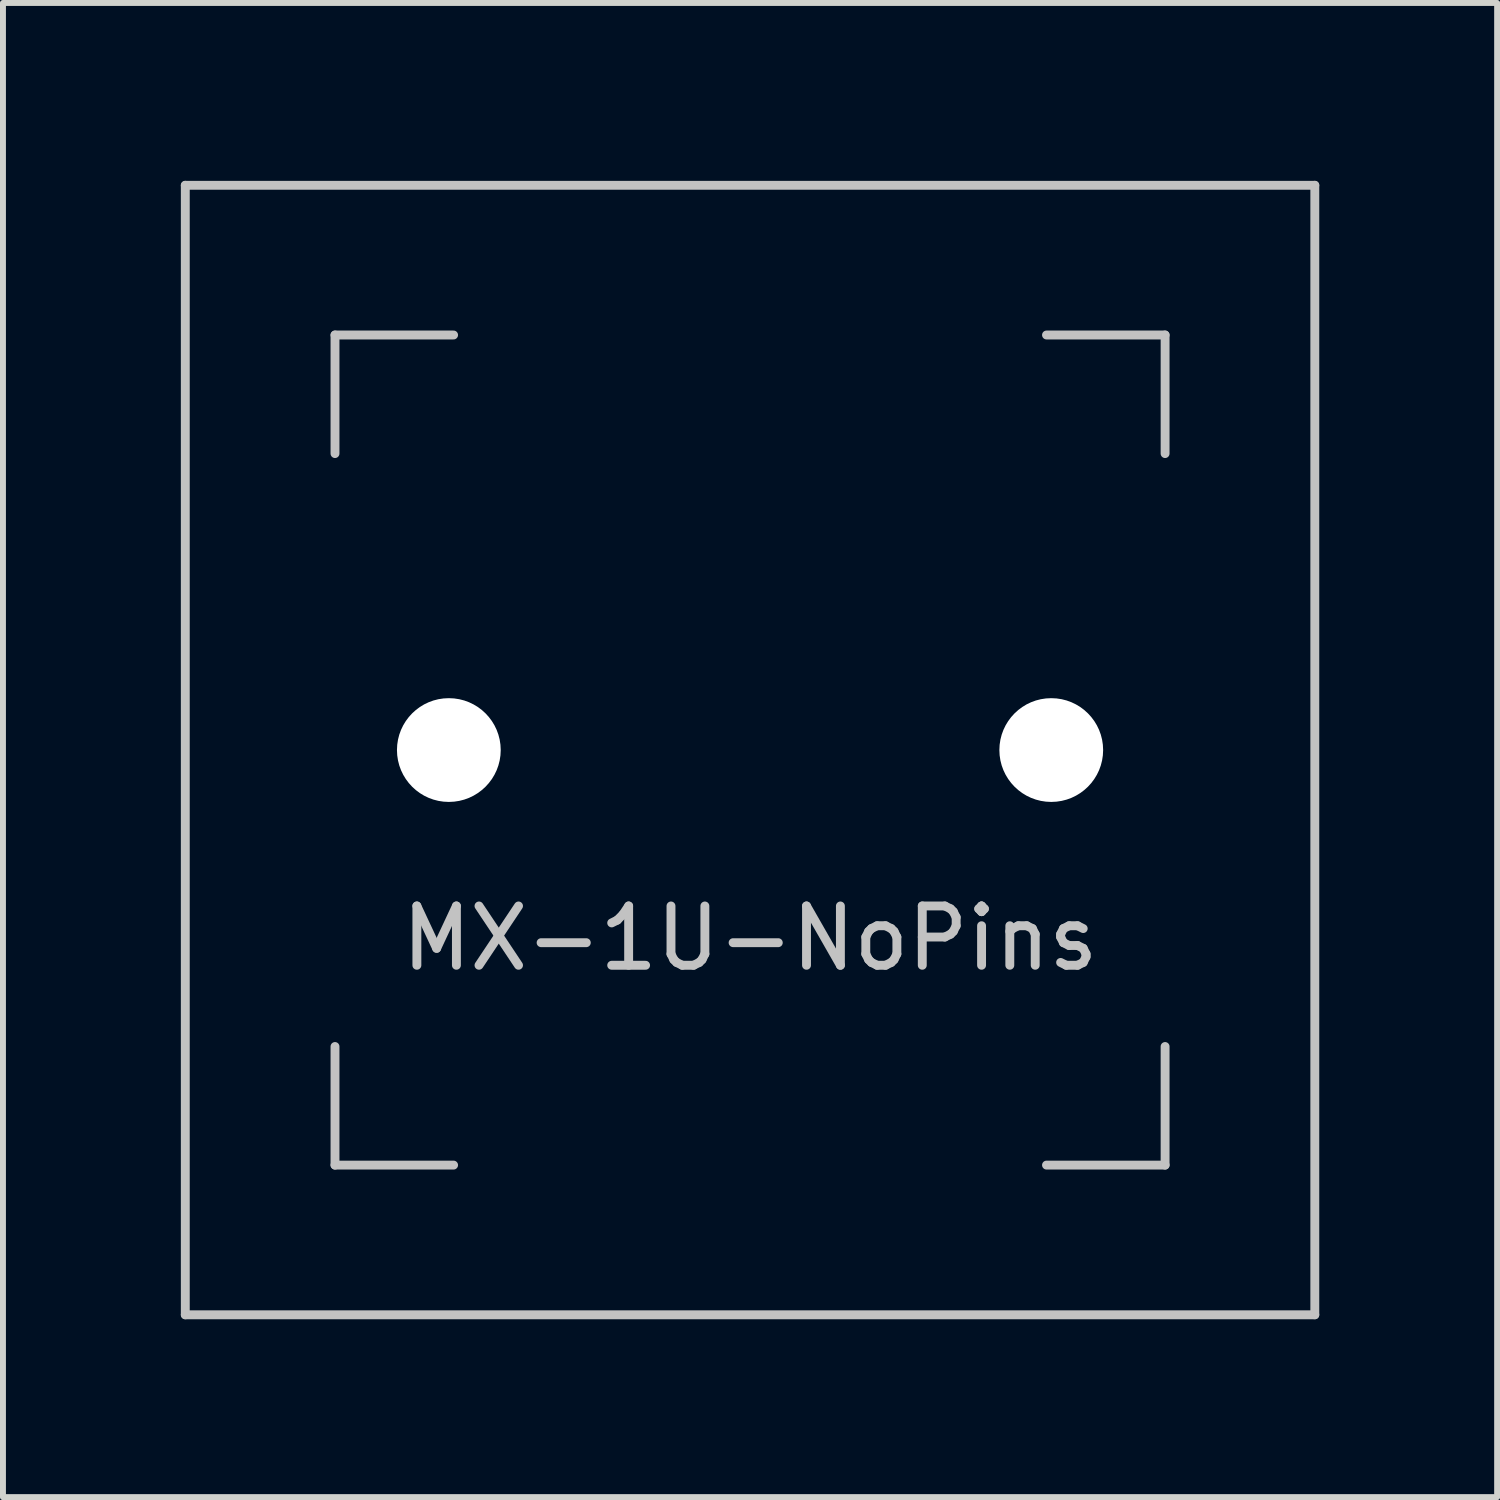
<source format=kicad_pcb>
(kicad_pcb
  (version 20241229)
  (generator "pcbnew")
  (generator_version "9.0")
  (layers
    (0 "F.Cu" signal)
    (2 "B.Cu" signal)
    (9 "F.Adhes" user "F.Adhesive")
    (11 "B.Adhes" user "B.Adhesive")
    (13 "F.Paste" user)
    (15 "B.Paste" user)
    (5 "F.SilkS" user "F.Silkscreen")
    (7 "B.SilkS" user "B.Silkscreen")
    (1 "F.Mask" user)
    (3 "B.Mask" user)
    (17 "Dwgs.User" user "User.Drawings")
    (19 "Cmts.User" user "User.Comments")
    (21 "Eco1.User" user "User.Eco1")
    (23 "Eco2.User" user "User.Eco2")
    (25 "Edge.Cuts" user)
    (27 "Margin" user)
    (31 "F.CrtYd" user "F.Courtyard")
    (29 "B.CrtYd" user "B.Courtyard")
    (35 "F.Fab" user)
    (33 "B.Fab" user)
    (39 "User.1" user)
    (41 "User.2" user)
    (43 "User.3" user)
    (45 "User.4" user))
  (footprint "MX-1U-NoPins"
    (layer "F.Cu")
    (at 9.6 9.6)
    (property "Reference" "MX-1U-NoPins" (at 0 3.175 0) (layer "Dwgs.User") (effects (font (size 1 1) (thickness 0.15))))
    (attr through_hole)
    (fp_line (start -9.525 -9.525) (end 9.525 -9.525) (stroke (width 0.15) (type solid)) (layer "Dwgs.User"))
    (fp_line (start -9.525 9.525) (end -9.525 -9.525) (stroke (width 0.15) (type solid)) (layer "Dwgs.User"))
    (fp_line (start -7 -7) (end -7 -5) (stroke (width 0.15) (type solid)) (layer "Dwgs.User"))
    (fp_line (start -7 5) (end -7 7) (stroke (width 0.15) (type solid)) (layer "Dwgs.User"))
    (fp_line (start -7 7) (end -5 7) (stroke (width 0.15) (type solid)) (layer "Dwgs.User"))
    (fp_line (start -5 -7) (end -7 -7) (stroke (width 0.15) (type solid)) (layer "Dwgs.User"))
    (fp_line (start 5 -7) (end 7 -7) (stroke (width 0.15) (type solid)) (layer "Dwgs.User"))
    (fp_line (start 5 7) (end 7 7) (stroke (width 0.15) (type solid)) (layer "Dwgs.User"))
    (fp_line (start 7 -7) (end 7 -5) (stroke (width 0.15) (type solid)) (layer "Dwgs.User"))
    (fp_line (start 7 7) (end 7 5) (stroke (width 0.15) (type solid)) (layer "Dwgs.User"))
    (fp_line (start 9.525 -9.525) (end 9.525 9.525) (stroke (width 0.15) (type solid)) (layer "Dwgs.User"))
    (fp_line (start 9.525 9.525) (end -9.525 9.525) (stroke (width 0.15) (type solid)) (layer "Dwgs.User"))
    (pad "" np_thru_hole circle (at -5.08 0 48.1) (size 1.75 1.75) (drill 1.75) (layers "*.Cu" "*.Mask"))
    (pad "" np_thru_hole circle (at 5.08 0 48.1) (size 1.75 1.75) (drill 1.75) (layers "*.Cu" "*.Mask")))
  (gr_rect
    (start -3 -3)
    (end 22.2 22.2)
    (stroke (width 0.1) (type default))
    (fill no)
    (layer "Edge.Cuts")))
</source>
